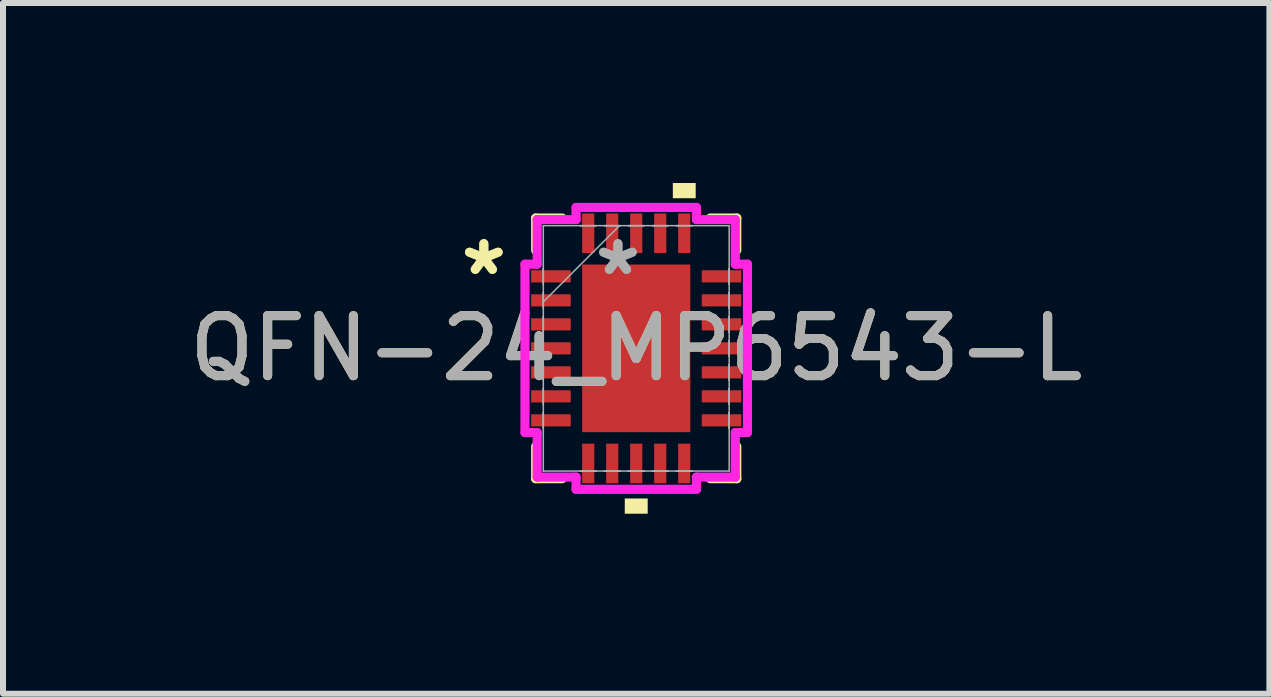
<source format=kicad_pcb>
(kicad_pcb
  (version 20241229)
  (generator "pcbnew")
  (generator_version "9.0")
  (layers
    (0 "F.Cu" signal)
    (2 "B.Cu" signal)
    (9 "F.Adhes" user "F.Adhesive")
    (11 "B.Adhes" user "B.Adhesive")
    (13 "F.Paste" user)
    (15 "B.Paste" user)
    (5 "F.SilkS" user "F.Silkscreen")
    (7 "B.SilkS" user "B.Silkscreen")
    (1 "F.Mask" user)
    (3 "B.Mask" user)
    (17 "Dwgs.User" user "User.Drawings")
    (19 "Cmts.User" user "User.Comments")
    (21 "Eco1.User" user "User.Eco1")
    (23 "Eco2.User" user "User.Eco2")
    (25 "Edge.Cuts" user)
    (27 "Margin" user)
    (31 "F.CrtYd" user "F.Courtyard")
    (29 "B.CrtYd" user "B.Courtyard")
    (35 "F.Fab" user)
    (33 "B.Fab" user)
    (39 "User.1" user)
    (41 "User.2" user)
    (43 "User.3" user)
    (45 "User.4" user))
  (footprint "QFN-24_MP6543-L"
    (layer "F.Cu")
    (at 7.554 2.756)
    (property "Reference" "QFN-24_MP6543-L" (at 0 0 0) (unlocked yes) (layer "F.SilkS") (effects (font (size 1 1) (thickness 0.15))))
    (attr smd)
    (fp_line (start -1.676 -2.172) (end -1.676 -1.634) (stroke (width 0.152) (type solid)) (layer "F.SilkS"))
    (fp_line (start -1.676 1.634) (end -1.676 2.172) (stroke (width 0.152) (type solid)) (layer "F.SilkS"))
    (fp_line (start -1.676 2.172) (end -1.234 2.172) (stroke (width 0.152) (type solid)) (layer "F.SilkS"))
    (fp_line (start -1.234 -2.172) (end -1.676 -2.172) (stroke (width 0.152) (type solid)) (layer "F.SilkS"))
    (fp_line (start 1.234 2.172) (end 1.676 2.172) (stroke (width 0.152) (type solid)) (layer "F.SilkS"))
    (fp_line (start 1.676 -2.172) (end 1.234 -2.172) (stroke (width 0.152) (type solid)) (layer "F.SilkS"))
    (fp_line (start 1.676 -1.634) (end 1.676 -2.172) (stroke (width 0.152) (type solid)) (layer "F.SilkS"))
    (fp_line (start 1.676 2.172) (end 1.676 1.634) (stroke (width 0.152) (type solid)) (layer "F.SilkS"))
    (fp_poly (pts (xy -0.191 2.502) (xy -0.191 2.756) (xy 0.191 2.756) (xy 0.191 2.502)) (stroke (width 0) (type solid)) (fill yes) (layer "F.SilkS"))
    (fp_poly (pts (xy 0.61 -2.502) (xy 0.61 -2.756) (xy 0.991 -2.756) (xy 0.991 -2.502)) (stroke (width 0) (type solid)) (fill yes) (layer "F.SilkS"))
    (fp_line (start -1.854 -1.403) (end -1.651 -1.403) (stroke (width 0.152) (type solid)) (layer "F.CrtYd"))
    (fp_line (start -1.854 1.403) (end -1.854 -1.403) (stroke (width 0.152) (type solid)) (layer "F.CrtYd"))
    (fp_line (start -1.651 -2.146) (end -1.003 -2.146) (stroke (width 0.152) (type solid)) (layer "F.CrtYd"))
    (fp_line (start -1.651 -1.403) (end -1.651 -2.146) (stroke (width 0.152) (type solid)) (layer "F.CrtYd"))
    (fp_line (start -1.651 1.403) (end -1.854 1.403) (stroke (width 0.152) (type solid)) (layer "F.CrtYd"))
    (fp_line (start -1.651 2.146) (end -1.651 1.403) (stroke (width 0.152) (type solid)) (layer "F.CrtYd"))
    (fp_line (start -1.003 -2.349) (end 1.003 -2.349) (stroke (width 0.152) (type solid)) (layer "F.CrtYd"))
    (fp_line (start -1.003 -2.146) (end -1.003 -2.349) (stroke (width 0.152) (type solid)) (layer "F.CrtYd"))
    (fp_line (start -1.003 2.146) (end -1.651 2.146) (stroke (width 0.152) (type solid)) (layer "F.CrtYd"))
    (fp_line (start -1.003 2.349) (end -1.003 2.146) (stroke (width 0.152) (type solid)) (layer "F.CrtYd"))
    (fp_line (start 1.003 -2.349) (end 1.003 -2.146) (stroke (width 0.152) (type solid)) (layer "F.CrtYd"))
    (fp_line (start 1.003 -2.146) (end 1.651 -2.146) (stroke (width 0.152) (type solid)) (layer "F.CrtYd"))
    (fp_line (start 1.003 2.146) (end 1.003 2.349) (stroke (width 0.152) (type solid)) (layer "F.CrtYd"))
    (fp_line (start 1.003 2.349) (end -1.003 2.349) (stroke (width 0.152) (type solid)) (layer "F.CrtYd"))
    (fp_line (start 1.651 -2.146) (end 1.651 -1.403) (stroke (width 0.152) (type solid)) (layer "F.CrtYd"))
    (fp_line (start 1.651 -1.403) (end 1.854 -1.403) (stroke (width 0.152) (type solid)) (layer "F.CrtYd"))
    (fp_line (start 1.651 1.403) (end 1.651 2.146) (stroke (width 0.152) (type solid)) (layer "F.CrtYd"))
    (fp_line (start 1.651 2.146) (end 1.003 2.146) (stroke (width 0.152) (type solid)) (layer "F.CrtYd"))
    (fp_line (start 1.854 -1.403) (end 1.854 1.403) (stroke (width 0.152) (type solid)) (layer "F.CrtYd"))
    (fp_line (start 1.854 1.403) (end 1.651 1.403) (stroke (width 0.152) (type solid)) (layer "F.CrtYd"))
    (fp_line (start -1.549 -2.045) (end -1.549 2.045) (stroke (width 0.025) (type solid)) (layer "F.Fab"))
    (fp_line (start -1.549 -1.327) (end -1.549 -1.327) (stroke (width 0.025) (type solid)) (layer "F.Fab"))
    (fp_line (start -1.549 -1.327) (end -1.549 -1.073) (stroke (width 0.025) (type solid)) (layer "F.Fab"))
    (fp_line (start -1.549 -1.073) (end -1.549 -1.327) (stroke (width 0.025) (type solid)) (layer "F.Fab"))
    (fp_line (start -1.549 -1.073) (end -1.549 -1.073) (stroke (width 0.025) (type solid)) (layer "F.Fab"))
    (fp_line (start -1.549 -0.927) (end -1.549 -0.927) (stroke (width 0.025) (type solid)) (layer "F.Fab"))
    (fp_line (start -1.549 -0.927) (end -1.549 -0.673) (stroke (width 0.025) (type solid)) (layer "F.Fab"))
    (fp_line (start -1.549 -0.775) (end -0.279 -2.045) (stroke (width 0.025) (type solid)) (layer "F.Fab"))
    (fp_line (start -1.549 -0.673) (end -1.549 -0.927) (stroke (width 0.025) (type solid)) (layer "F.Fab"))
    (fp_line (start -1.549 -0.673) (end -1.549 -0.673) (stroke (width 0.025) (type solid)) (layer "F.Fab"))
    (fp_line (start -1.549 -0.527) (end -1.549 -0.527) (stroke (width 0.025) (type solid)) (layer "F.Fab"))
    (fp_line (start -1.549 -0.527) (end -1.549 -0.273) (stroke (width 0.025) (type solid)) (layer "F.Fab"))
    (fp_line (start -1.549 -0.273) (end -1.549 -0.527) (stroke (width 0.025) (type solid)) (layer "F.Fab"))
    (fp_line (start -1.549 -0.273) (end -1.549 -0.273) (stroke (width 0.025) (type solid)) (layer "F.Fab"))
    (fp_line (start -1.549 -0.127) (end -1.549 -0.127) (stroke (width 0.025) (type solid)) (layer "F.Fab"))
    (fp_line (start -1.549 -0.127) (end -1.549 0.127) (stroke (width 0.025) (type solid)) (layer "F.Fab"))
    (fp_line (start -1.549 0.127) (end -1.549 -0.127) (stroke (width 0.025) (type solid)) (layer "F.Fab"))
    (fp_line (start -1.549 0.127) (end -1.549 0.127) (stroke (width 0.025) (type solid)) (layer "F.Fab"))
    (fp_line (start -1.549 0.273) (end -1.549 0.273) (stroke (width 0.025) (type solid)) (layer "F.Fab"))
    (fp_line (start -1.549 0.273) (end -1.549 0.527) (stroke (width 0.025) (type solid)) (layer "F.Fab"))
    (fp_line (start -1.549 0.527) (end -1.549 0.273) (stroke (width 0.025) (type solid)) (layer "F.Fab"))
    (fp_line (start -1.549 0.527) (end -1.549 0.527) (stroke (width 0.025) (type solid)) (layer "F.Fab"))
    (fp_line (start -1.549 0.673) (end -1.549 0.673) (stroke (width 0.025) (type solid)) (layer "F.Fab"))
    (fp_line (start -1.549 0.673) (end -1.549 0.927) (stroke (width 0.025) (type solid)) (layer "F.Fab"))
    (fp_line (start -1.549 0.927) (end -1.549 0.673) (stroke (width 0.025) (type solid)) (layer "F.Fab"))
    (fp_line (start -1.549 0.927) (end -1.549 0.927) (stroke (width 0.025) (type solid)) (layer "F.Fab"))
    (fp_line (start -1.549 1.073) (end -1.549 1.073) (stroke (width 0.025) (type solid)) (layer "F.Fab"))
    (fp_line (start -1.549 1.073) (end -1.549 1.327) (stroke (width 0.025) (type solid)) (layer "F.Fab"))
    (fp_line (start -1.549 1.327) (end -1.549 1.073) (stroke (width 0.025) (type solid)) (layer "F.Fab"))
    (fp_line (start -1.549 1.327) (end -1.549 1.327) (stroke (width 0.025) (type solid)) (layer "F.Fab"))
    (fp_line (start -1.549 2.045) (end 1.549 2.045) (stroke (width 0.025) (type solid)) (layer "F.Fab"))
    (fp_line (start -0.927 -2.045) (end -0.927 -2.045) (stroke (width 0.025) (type solid)) (layer "F.Fab"))
    (fp_line (start -0.927 -2.045) (end -0.673 -2.045) (stroke (width 0.025) (type solid)) (layer "F.Fab"))
    (fp_line (start -0.927 2.045) (end -0.927 2.045) (stroke (width 0.025) (type solid)) (layer "F.Fab"))
    (fp_line (start -0.927 2.045) (end -0.673 2.045) (stroke (width 0.025) (type solid)) (layer "F.Fab"))
    (fp_line (start -0.673 -2.045) (end -0.927 -2.045) (stroke (width 0.025) (type solid)) (layer "F.Fab"))
    (fp_line (start -0.673 -2.045) (end -0.673 -2.045) (stroke (width 0.025) (type solid)) (layer "F.Fab"))
    (fp_line (start -0.673 2.045) (end -0.927 2.045) (stroke (width 0.025) (type solid)) (layer "F.Fab"))
    (fp_line (start -0.673 2.045) (end -0.673 2.045) (stroke (width 0.025) (type solid)) (layer "F.Fab"))
    (fp_line (start -0.527 -2.045) (end -0.527 -2.045) (stroke (width 0.025) (type solid)) (layer "F.Fab"))
    (fp_line (start -0.527 -2.045) (end -0.273 -2.045) (stroke (width 0.025) (type solid)) (layer "F.Fab"))
    (fp_line (start -0.527 2.045) (end -0.527 2.045) (stroke (width 0.025) (type solid)) (layer "F.Fab"))
    (fp_line (start -0.527 2.045) (end -0.273 2.045) (stroke (width 0.025) (type solid)) (layer "F.Fab"))
    (fp_line (start -0.273 -2.045) (end -0.527 -2.045) (stroke (width 0.025) (type solid)) (layer "F.Fab"))
    (fp_line (start -0.273 -2.045) (end -0.273 -2.045) (stroke (width 0.025) (type solid)) (layer "F.Fab"))
    (fp_line (start -0.273 2.045) (end -0.527 2.045) (stroke (width 0.025) (type solid)) (layer "F.Fab"))
    (fp_line (start -0.273 2.045) (end -0.273 2.045) (stroke (width 0.025) (type solid)) (layer "F.Fab"))
    (fp_line (start -0.127 -2.045) (end -0.127 -2.045) (stroke (width 0.025) (type solid)) (layer "F.Fab"))
    (fp_line (start -0.127 -2.045) (end 0.127 -2.045) (stroke (width 0.025) (type solid)) (layer "F.Fab"))
    (fp_line (start -0.127 2.045) (end -0.127 2.045) (stroke (width 0.025) (type solid)) (layer "F.Fab"))
    (fp_line (start -0.127 2.045) (end 0.127 2.045) (stroke (width 0.025) (type solid)) (layer "F.Fab"))
    (fp_line (start 0.127 -2.045) (end -0.127 -2.045) (stroke (width 0.025) (type solid)) (layer "F.Fab"))
    (fp_line (start 0.127 -2.045) (end 0.127 -2.045) (stroke (width 0.025) (type solid)) (layer "F.Fab"))
    (fp_line (start 0.127 2.045) (end -0.127 2.045) (stroke (width 0.025) (type solid)) (layer "F.Fab"))
    (fp_line (start 0.127 2.045) (end 0.127 2.045) (stroke (width 0.025) (type solid)) (layer "F.Fab"))
    (fp_line (start 0.273 -2.045) (end 0.273 -2.045) (stroke (width 0.025) (type solid)) (layer "F.Fab"))
    (fp_line (start 0.273 -2.045) (end 0.527 -2.045) (stroke (width 0.025) (type solid)) (layer "F.Fab"))
    (fp_line (start 0.273 2.045) (end 0.273 2.045) (stroke (width 0.025) (type solid)) (layer "F.Fab"))
    (fp_line (start 0.273 2.045) (end 0.527 2.045) (stroke (width 0.025) (type solid)) (layer "F.Fab"))
    (fp_line (start 0.527 -2.045) (end 0.273 -2.045) (stroke (width 0.025) (type solid)) (layer "F.Fab"))
    (fp_line (start 0.527 -2.045) (end 0.527 -2.045) (stroke (width 0.025) (type solid)) (layer "F.Fab"))
    (fp_line (start 0.527 2.045) (end 0.273 2.045) (stroke (width 0.025) (type solid)) (layer "F.Fab"))
    (fp_line (start 0.527 2.045) (end 0.527 2.045) (stroke (width 0.025) (type solid)) (layer "F.Fab"))
    (fp_line (start 0.673 -2.045) (end 0.673 -2.045) (stroke (width 0.025) (type solid)) (layer "F.Fab"))
    (fp_line (start 0.673 -2.045) (end 0.927 -2.045) (stroke (width 0.025) (type solid)) (layer "F.Fab"))
    (fp_line (start 0.673 2.045) (end 0.673 2.045) (stroke (width 0.025) (type solid)) (layer "F.Fab"))
    (fp_line (start 0.673 2.045) (end 0.927 2.045) (stroke (width 0.025) (type solid)) (layer "F.Fab"))
    (fp_line (start 0.927 -2.045) (end 0.673 -2.045) (stroke (width 0.025) (type solid)) (layer "F.Fab"))
    (fp_line (start 0.927 -2.045) (end 0.927 -2.045) (stroke (width 0.025) (type solid)) (layer "F.Fab"))
    (fp_line (start 0.927 2.045) (end 0.673 2.045) (stroke (width 0.025) (type solid)) (layer "F.Fab"))
    (fp_line (start 0.927 2.045) (end 0.927 2.045) (stroke (width 0.025) (type solid)) (layer "F.Fab"))
    (fp_line (start 1.549 -2.045) (end -1.549 -2.045) (stroke (width 0.025) (type solid)) (layer "F.Fab"))
    (fp_line (start 1.549 -1.327) (end 1.549 -1.327) (stroke (width 0.025) (type solid)) (layer "F.Fab"))
    (fp_line (start 1.549 -1.327) (end 1.549 -1.073) (stroke (width 0.025) (type solid)) (layer "F.Fab"))
    (fp_line (start 1.549 -1.073) (end 1.549 -1.327) (stroke (width 0.025) (type solid)) (layer "F.Fab"))
    (fp_line (start 1.549 -1.073) (end 1.549 -1.073) (stroke (width 0.025) (type solid)) (layer "F.Fab"))
    (fp_line (start 1.549 -0.927) (end 1.549 -0.927) (stroke (width 0.025) (type solid)) (layer "F.Fab"))
    (fp_line (start 1.549 -0.927) (end 1.549 -0.673) (stroke (width 0.025) (type solid)) (layer "F.Fab"))
    (fp_line (start 1.549 -0.673) (end 1.549 -0.927) (stroke (width 0.025) (type solid)) (layer "F.Fab"))
    (fp_line (start 1.549 -0.673) (end 1.549 -0.673) (stroke (width 0.025) (type solid)) (layer "F.Fab"))
    (fp_line (start 1.549 -0.527) (end 1.549 -0.527) (stroke (width 0.025) (type solid)) (layer "F.Fab"))
    (fp_line (start 1.549 -0.527) (end 1.549 -0.273) (stroke (width 0.025) (type solid)) (layer "F.Fab"))
    (fp_line (start 1.549 -0.273) (end 1.549 -0.527) (stroke (width 0.025) (type solid)) (layer "F.Fab"))
    (fp_line (start 1.549 -0.273) (end 1.549 -0.273) (stroke (width 0.025) (type solid)) (layer "F.Fab"))
    (fp_line (start 1.549 -0.127) (end 1.549 -0.127) (stroke (width 0.025) (type solid)) (layer "F.Fab"))
    (fp_line (start 1.549 -0.127) (end 1.549 0.127) (stroke (width 0.025) (type solid)) (layer "F.Fab"))
    (fp_line (start 1.549 0.127) (end 1.549 -0.127) (stroke (width 0.025) (type solid)) (layer "F.Fab"))
    (fp_line (start 1.549 0.127) (end 1.549 0.127) (stroke (width 0.025) (type solid)) (layer "F.Fab"))
    (fp_line (start 1.549 0.273) (end 1.549 0.273) (stroke (width 0.025) (type solid)) (layer "F.Fab"))
    (fp_line (start 1.549 0.273) (end 1.549 0.527) (stroke (width 0.025) (type solid)) (layer "F.Fab"))
    (fp_line (start 1.549 0.527) (end 1.549 0.273) (stroke (width 0.025) (type solid)) (layer "F.Fab"))
    (fp_line (start 1.549 0.527) (end 1.549 0.527) (stroke (width 0.025) (type solid)) (layer "F.Fab"))
    (fp_line (start 1.549 0.673) (end 1.549 0.673) (stroke (width 0.025) (type solid)) (layer "F.Fab"))
    (fp_line (start 1.549 0.673) (end 1.549 0.927) (stroke (width 0.025) (type solid)) (layer "F.Fab"))
    (fp_line (start 1.549 0.927) (end 1.549 0.673) (stroke (width 0.025) (type solid)) (layer "F.Fab"))
    (fp_line (start 1.549 0.927) (end 1.549 0.927) (stroke (width 0.025) (type solid)) (layer "F.Fab"))
    (fp_line (start 1.549 1.073) (end 1.549 1.073) (stroke (width 0.025) (type solid)) (layer "F.Fab"))
    (fp_line (start 1.549 1.073) (end 1.549 1.327) (stroke (width 0.025) (type solid)) (layer "F.Fab"))
    (fp_line (start 1.549 1.327) (end 1.549 1.073) (stroke (width 0.025) (type solid)) (layer "F.Fab"))
    (fp_line (start 1.549 1.327) (end 1.549 1.327) (stroke (width 0.025) (type solid)) (layer "F.Fab"))
    (fp_line (start 1.549 2.045) (end 1.549 -2.045) (stroke (width 0.025) (type solid)) (layer "F.Fab"))
    (fp_text user "*" (at -2.54 -1.2 0) (layer "F.SilkS") (effects (font (size 1 1) (thickness 0.15))))
    (fp_text user "*" (at -2.54 -1.2 0) (unlocked yes) (layer "F.SilkS") (effects (font (size 1 1) (thickness 0.15))))
    (fp_text user "*" (at -0.305 -1.2 0) (unlocked yes) (layer "F.Fab") (effects (font (size 1 1) (thickness 0.15))))
    (fp_text user "*" (at -0.305 -1.2 0) (layer "F.Fab") (effects (font (size 1 1) (thickness 0.15))))
    (fp_text user "${REFERENCE}" (at 0 0 0) (unlocked yes) (layer "F.Fab") (effects (font (size 1 1) (thickness 0.15))))
    (pad "1" smd rect (at -1.422 -1.2 90) (size 0.203 0.66) (layers "F.Cu" "F.Mask" "F.Paste"))
    (pad "2" smd rect (at -1.422 -0.8 90) (size 0.203 0.66) (layers "F.Cu" "F.Mask" "F.Paste"))
    (pad "3" smd rect (at -1.422 -0.4 90) (size 0.203 0.66) (layers "F.Cu" "F.Mask" "F.Paste"))
    (pad "4" smd rect (at -1.422 0 90) (size 0.203 0.66) (layers "F.Cu" "F.Mask" "F.Paste"))
    (pad "5" smd rect (at -1.422 0.4 90) (size 0.203 0.66) (layers "F.Cu" "F.Mask" "F.Paste"))
    (pad "6" smd rect (at -1.422 0.8 90) (size 0.203 0.66) (layers "F.Cu" "F.Mask" "F.Paste"))
    (pad "7" smd rect (at -1.422 1.2 90) (size 0.203 0.66) (layers "F.Cu" "F.Mask" "F.Paste"))
    (pad "8" smd rect (at -0.8 1.918) (size 0.203 0.66) (layers "F.Cu" "F.Mask" "F.Paste"))
    (pad "9" smd rect (at -0.4 1.918) (size 0.203 0.66) (layers "F.Cu" "F.Mask" "F.Paste"))
    (pad "10" smd rect (at 0 1.918) (size 0.203 0.66) (layers "F.Cu" "F.Mask" "F.Paste"))
    (pad "11" smd rect (at 0.4 1.918) (size 0.203 0.66) (layers "F.Cu" "F.Mask" "F.Paste"))
    (pad "12" smd rect (at 0.8 1.918) (size 0.203 0.66) (layers "F.Cu" "F.Mask" "F.Paste"))
    (pad "13" smd rect (at 1.422 1.2 90) (size 0.203 0.66) (layers "F.Cu" "F.Mask" "F.Paste"))
    (pad "14" smd rect (at 1.422 0.8 90) (size 0.203 0.66) (layers "F.Cu" "F.Mask" "F.Paste"))
    (pad "15" smd rect (at 1.422 0.4 90) (size 0.203 0.66) (layers "F.Cu" "F.Mask" "F.Paste"))
    (pad "16" smd rect (at 1.422 0 90) (size 0.203 0.66) (layers "F.Cu" "F.Mask" "F.Paste"))
    (pad "17" smd rect (at 1.422 -0.4 90) (size 0.203 0.66) (layers "F.Cu" "F.Mask" "F.Paste"))
    (pad "18" smd rect (at 1.422 -0.8 90) (size 0.203 0.66) (layers "F.Cu" "F.Mask" "F.Paste"))
    (pad "19" smd rect (at 1.422 -1.2 90) (size 0.203 0.66) (layers "F.Cu" "F.Mask" "F.Paste"))
    (pad "20" smd rect (at 0.8 -1.918) (size 0.203 0.66) (layers "F.Cu" "F.Mask" "F.Paste"))
    (pad "21" smd rect (at 0.4 -1.918) (size 0.203 0.66) (layers "F.Cu" "F.Mask" "F.Paste"))
    (pad "22" smd rect (at 0 -1.918) (size 0.203 0.66) (layers "F.Cu" "F.Mask" "F.Paste"))
    (pad "23" smd rect (at -0.4 -1.918) (size 0.203 0.66) (layers "F.Cu" "F.Mask" "F.Paste"))
    (pad "24" smd rect (at -0.8 -1.918) (size 0.203 0.66) (layers "F.Cu" "F.Mask" "F.Paste"))
    (pad "25" smd rect (at 0 0) (size 1.803 2.794) (layers "F.Cu" "F.Mask" "F.Paste")))
  (gr_rect
    (start -3 -3)
    (end 18.107 8.512)
    (stroke (width 0.1) (type default))
    (fill no)
    (layer "Edge.Cuts")))
</source>
